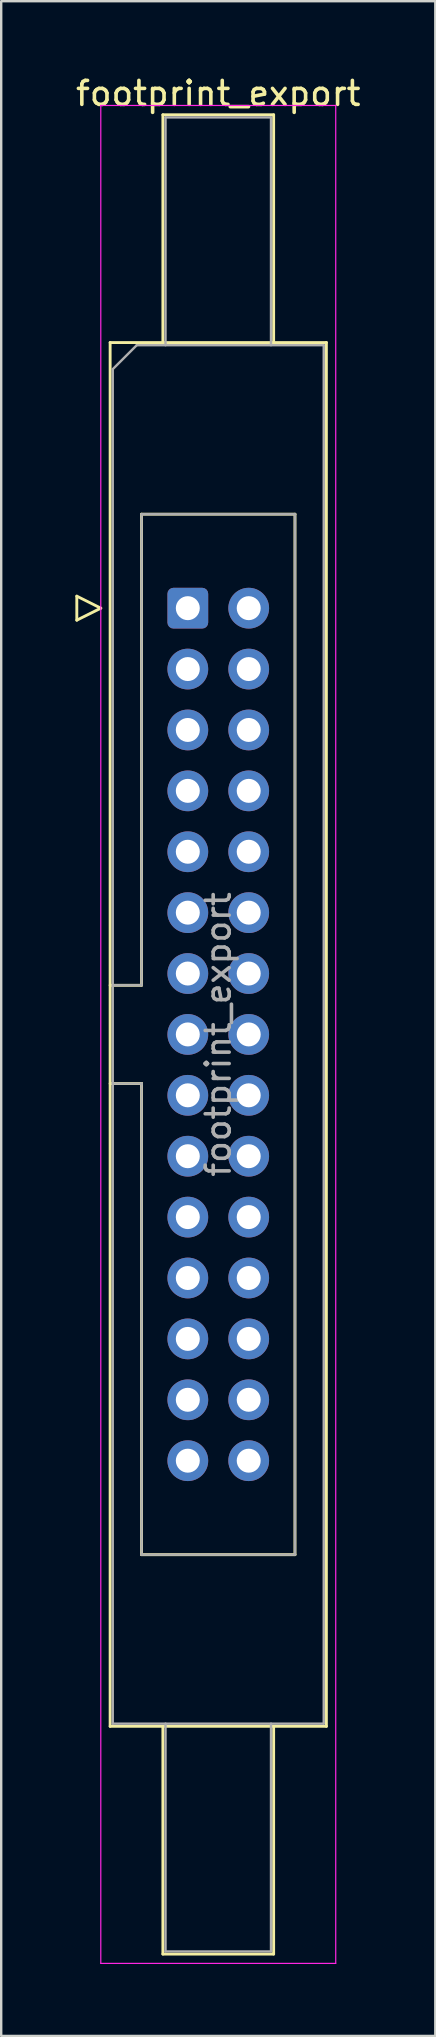
<source format=kicad_pcb>
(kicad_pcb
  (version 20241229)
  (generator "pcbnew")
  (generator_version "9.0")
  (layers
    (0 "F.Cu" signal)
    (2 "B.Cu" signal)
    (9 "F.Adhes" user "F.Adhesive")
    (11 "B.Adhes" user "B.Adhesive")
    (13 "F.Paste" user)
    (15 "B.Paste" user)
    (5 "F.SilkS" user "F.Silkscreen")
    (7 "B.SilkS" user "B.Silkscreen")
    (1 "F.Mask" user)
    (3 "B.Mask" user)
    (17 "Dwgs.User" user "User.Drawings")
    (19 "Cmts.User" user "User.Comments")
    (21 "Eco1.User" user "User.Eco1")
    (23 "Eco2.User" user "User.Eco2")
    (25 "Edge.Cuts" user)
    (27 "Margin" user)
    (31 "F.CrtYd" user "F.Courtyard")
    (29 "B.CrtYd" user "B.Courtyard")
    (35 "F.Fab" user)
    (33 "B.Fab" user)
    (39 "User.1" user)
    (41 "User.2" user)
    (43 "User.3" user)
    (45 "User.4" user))
  (footprint "footprint_export"
    (layer "F.Cu")
    (at 4.784 22.318)
    (property "Reference" "footprint_export" (at 1.27 -21.47 0) (layer "F.SilkS") (effects (font (size 1 1) (thickness 0.15))))
    (attr through_hole)
    (fp_line (start -4.63 -0.5) (end -4.63 0.5) (stroke (width 0.12) (type solid)) (layer "F.SilkS"))
    (fp_line (start -4.63 0.5) (end -3.63 0) (stroke (width 0.12) (type solid)) (layer "F.SilkS"))
    (fp_line (start -3.63 0) (end -4.63 -0.5) (stroke (width 0.12) (type solid)) (layer "F.SilkS"))
    (fp_line (start -3.24 -11.08) (end 5.78 -11.08) (stroke (width 0.12) (type solid)) (layer "F.SilkS"))
    (fp_line (start -3.24 15.73) (end -1.93 15.73) (stroke (width 0.12) (type solid)) (layer "F.SilkS"))
    (fp_line (start -3.24 46.64) (end -3.24 -11.08) (stroke (width 0.12) (type solid)) (layer "F.SilkS"))
    (fp_line (start -1.93 -3.92) (end 4.47 -3.92) (stroke (width 0.12) (type solid)) (layer "F.SilkS"))
    (fp_line (start -1.93 15.73) (end -1.93 -3.92) (stroke (width 0.12) (type solid)) (layer "F.SilkS"))
    (fp_line (start -1.93 19.83) (end -3.24 19.83) (stroke (width 0.12) (type solid)) (layer "F.SilkS"))
    (fp_line (start -1.93 19.83) (end -1.93 19.83) (stroke (width 0.12) (type solid)) (layer "F.SilkS"))
    (fp_line (start -1.93 39.48) (end -1.93 19.83) (stroke (width 0.12) (type solid)) (layer "F.SilkS"))
    (fp_line (start -1.04 -20.58) (end 3.58 -20.58) (stroke (width 0.12) (type solid)) (layer "F.SilkS"))
    (fp_line (start -1.04 -11.08) (end -1.04 -20.58) (stroke (width 0.12) (type solid)) (layer "F.SilkS"))
    (fp_line (start -1.04 46.64) (end -1.04 56.14) (stroke (width 0.12) (type solid)) (layer "F.SilkS"))
    (fp_line (start -1.04 56.14) (end 3.58 56.14) (stroke (width 0.12) (type solid)) (layer "F.SilkS"))
    (fp_line (start 3.58 -20.58) (end 3.58 -11.08) (stroke (width 0.12) (type solid)) (layer "F.SilkS"))
    (fp_line (start 3.58 56.14) (end 3.58 46.64) (stroke (width 0.12) (type solid)) (layer "F.SilkS"))
    (fp_line (start 4.47 -3.92) (end 4.47 39.48) (stroke (width 0.12) (type solid)) (layer "F.SilkS"))
    (fp_line (start 4.47 39.48) (end -1.93 39.48) (stroke (width 0.12) (type solid)) (layer "F.SilkS"))
    (fp_line (start 5.78 -11.08) (end 5.78 46.64) (stroke (width 0.12) (type solid)) (layer "F.SilkS"))
    (fp_line (start 5.78 46.64) (end -3.24 46.64) (stroke (width 0.12) (type solid)) (layer "F.SilkS"))
    (fp_line (start -3.63 -20.97) (end -3.63 56.53) (stroke (width 0.05) (type solid)) (layer "F.CrtYd"))
    (fp_line (start -3.63 56.53) (end 6.17 56.53) (stroke (width 0.05) (type solid)) (layer "F.CrtYd"))
    (fp_line (start 6.17 -20.97) (end -3.63 -20.97) (stroke (width 0.05) (type solid)) (layer "F.CrtYd"))
    (fp_line (start 6.17 56.53) (end 6.17 -20.97) (stroke (width 0.05) (type solid)) (layer "F.CrtYd"))
    (fp_line (start -3.13 -9.97) (end -2.13 -10.97) (stroke (width 0.1) (type solid)) (layer "F.Fab"))
    (fp_line (start -3.13 15.73) (end -1.93 15.73) (stroke (width 0.1) (type solid)) (layer "F.Fab"))
    (fp_line (start -3.13 46.53) (end -3.13 -9.97) (stroke (width 0.1) (type solid)) (layer "F.Fab"))
    (fp_line (start -2.13 -10.97) (end 5.67 -10.97) (stroke (width 0.1) (type solid)) (layer "F.Fab"))
    (fp_line (start -1.93 -3.92) (end 4.47 -3.92) (stroke (width 0.1) (type solid)) (layer "F.Fab"))
    (fp_line (start -1.93 15.73) (end -1.93 -3.92) (stroke (width 0.1) (type solid)) (layer "F.Fab"))
    (fp_line (start -1.93 19.83) (end -3.13 19.83) (stroke (width 0.1) (type solid)) (layer "F.Fab"))
    (fp_line (start -1.93 19.83) (end -1.93 19.83) (stroke (width 0.1) (type solid)) (layer "F.Fab"))
    (fp_line (start -1.93 39.48) (end -1.93 19.83) (stroke (width 0.1) (type solid)) (layer "F.Fab"))
    (fp_line (start -0.93 -20.47) (end 3.47 -20.47) (stroke (width 0.1) (type solid)) (layer "F.Fab"))
    (fp_line (start -0.93 -10.97) (end -0.93 -20.47) (stroke (width 0.1) (type solid)) (layer "F.Fab"))
    (fp_line (start -0.93 46.53) (end -0.93 56.03) (stroke (width 0.1) (type solid)) (layer "F.Fab"))
    (fp_line (start -0.93 56.03) (end 3.47 56.03) (stroke (width 0.1) (type solid)) (layer "F.Fab"))
    (fp_line (start 3.47 -20.47) (end 3.47 -10.97) (stroke (width 0.1) (type solid)) (layer "F.Fab"))
    (fp_line (start 3.47 56.03) (end 3.47 46.53) (stroke (width 0.1) (type solid)) (layer "F.Fab"))
    (fp_line (start 4.47 -3.92) (end 4.47 39.48) (stroke (width 0.1) (type solid)) (layer "F.Fab"))
    (fp_line (start 4.47 39.48) (end -1.93 39.48) (stroke (width 0.1) (type solid)) (layer "F.Fab"))
    (fp_line (start 5.67 -10.97) (end 5.67 46.53) (stroke (width 0.1) (type solid)) (layer "F.Fab"))
    (fp_line (start 5.67 46.53) (end -3.13 46.53) (stroke (width 0.1) (type solid)) (layer "F.Fab"))
    (fp_text user "${REFERENCE}" (at 1.27 17.78 90) (layer "F.Fab") (effects (font (size 1 1) (thickness 0.15))))
    (pad "1" thru_hole roundrect (at 0 0) (size 1.7 1.7) (drill 1) (layers "*.Cu" "*.Mask") (roundrect_rratio 0.147))
    (pad "2" thru_hole circle (at 2.54 0) (size 1.7 1.7) (drill 1) (layers "*.Cu" "*.Mask"))
    (pad "3" thru_hole circle (at 0 2.54) (size 1.7 1.7) (drill 1) (layers "*.Cu" "*.Mask"))
    (pad "4" thru_hole circle (at 2.54 2.54) (size 1.7 1.7) (drill 1) (layers "*.Cu" "*.Mask"))
    (pad "5" thru_hole circle (at 0 5.08) (size 1.7 1.7) (drill 1) (layers "*.Cu" "*.Mask"))
    (pad "6" thru_hole circle (at 2.54 5.08) (size 1.7 1.7) (drill 1) (layers "*.Cu" "*.Mask"))
    (pad "7" thru_hole circle (at 0 7.62) (size 1.7 1.7) (drill 1) (layers "*.Cu" "*.Mask"))
    (pad "8" thru_hole circle (at 2.54 7.62) (size 1.7 1.7) (drill 1) (layers "*.Cu" "*.Mask"))
    (pad "9" thru_hole circle (at 0 10.16) (size 1.7 1.7) (drill 1) (layers "*.Cu" "*.Mask"))
    (pad "10" thru_hole circle (at 2.54 10.16) (size 1.7 1.7) (drill 1) (layers "*.Cu" "*.Mask"))
    (pad "11" thru_hole circle (at 0 12.7) (size 1.7 1.7) (drill 1) (layers "*.Cu" "*.Mask"))
    (pad "12" thru_hole circle (at 2.54 12.7) (size 1.7 1.7) (drill 1) (layers "*.Cu" "*.Mask"))
    (pad "13" thru_hole circle (at 0 15.24) (size 1.7 1.7) (drill 1) (layers "*.Cu" "*.Mask"))
    (pad "14" thru_hole circle (at 2.54 15.24) (size 1.7 1.7) (drill 1) (layers "*.Cu" "*.Mask"))
    (pad "15" thru_hole circle (at 0 17.78) (size 1.7 1.7) (drill 1) (layers "*.Cu" "*.Mask"))
    (pad "16" thru_hole circle (at 2.54 17.78) (size 1.7 1.7) (drill 1) (layers "*.Cu" "*.Mask"))
    (pad "17" thru_hole circle (at 0 20.32) (size 1.7 1.7) (drill 1) (layers "*.Cu" "*.Mask"))
    (pad "18" thru_hole circle (at 2.54 20.32) (size 1.7 1.7) (drill 1) (layers "*.Cu" "*.Mask"))
    (pad "19" thru_hole circle (at 0 22.86) (size 1.7 1.7) (drill 1) (layers "*.Cu" "*.Mask"))
    (pad "20" thru_hole circle (at 2.54 22.86) (size 1.7 1.7) (drill 1) (layers "*.Cu" "*.Mask"))
    (pad "21" thru_hole circle (at 0 25.4) (size 1.7 1.7) (drill 1) (layers "*.Cu" "*.Mask"))
    (pad "22" thru_hole circle (at 2.54 25.4) (size 1.7 1.7) (drill 1) (layers "*.Cu" "*.Mask"))
    (pad "23" thru_hole circle (at 0 27.94) (size 1.7 1.7) (drill 1) (layers "*.Cu" "*.Mask"))
    (pad "24" thru_hole circle (at 2.54 27.94) (size 1.7 1.7) (drill 1) (layers "*.Cu" "*.Mask"))
    (pad "25" thru_hole circle (at 0 30.48) (size 1.7 1.7) (drill 1) (layers "*.Cu" "*.Mask"))
    (pad "26" thru_hole circle (at 2.54 30.48) (size 1.7 1.7) (drill 1) (layers "*.Cu" "*.Mask"))
    (pad "27" thru_hole circle (at 0 33.02) (size 1.7 1.7) (drill 1) (layers "*.Cu" "*.Mask"))
    (pad "28" thru_hole circle (at 2.54 33.02) (size 1.7 1.7) (drill 1) (layers "*.Cu" "*.Mask"))
    (pad "29" thru_hole circle (at 0 35.56) (size 1.7 1.7) (drill 1) (layers "*.Cu" "*.Mask"))
    (pad "30" thru_hole circle (at 2.54 35.56) (size 1.7 1.7) (drill 1) (layers "*.Cu" "*.Mask")))
  (gr_rect
    (start -3 -3)
    (end 15.107 81.873)
    (stroke (width 0.1) (type default))
    (fill no)
    (layer "Edge.Cuts")))
</source>
